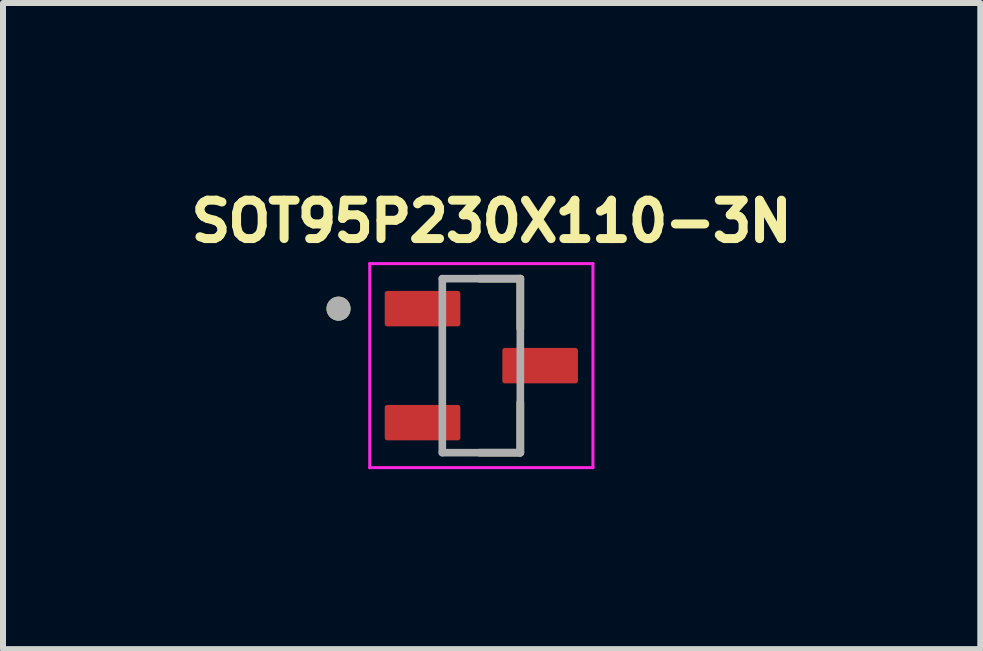
<source format=kicad_pcb>
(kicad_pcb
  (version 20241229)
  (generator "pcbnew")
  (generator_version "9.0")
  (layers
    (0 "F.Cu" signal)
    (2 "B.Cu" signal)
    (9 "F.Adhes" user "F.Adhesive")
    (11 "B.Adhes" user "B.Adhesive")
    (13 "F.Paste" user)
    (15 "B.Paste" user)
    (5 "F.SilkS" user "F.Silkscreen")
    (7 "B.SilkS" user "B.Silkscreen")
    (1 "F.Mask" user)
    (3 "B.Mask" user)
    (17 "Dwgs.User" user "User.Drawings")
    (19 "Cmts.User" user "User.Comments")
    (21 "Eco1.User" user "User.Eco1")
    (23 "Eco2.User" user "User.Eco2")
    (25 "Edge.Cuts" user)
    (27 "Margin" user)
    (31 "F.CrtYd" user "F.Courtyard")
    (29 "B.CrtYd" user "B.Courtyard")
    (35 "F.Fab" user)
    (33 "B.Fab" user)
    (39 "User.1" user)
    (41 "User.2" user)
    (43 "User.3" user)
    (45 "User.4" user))
  (footprint "SOT95P230X110-3N"
    (layer "F.Cu")
    (at 4.972 3.044)
    (property "Reference" "SOT95P230X110-3N" (at 0.172 -2.406 0) (layer "F.SilkS") (effects (font (size 0.64 0.64) (thickness 0.15))))
    (attr smd)
    (fp_line (start -0.03 1.45) (end 0.65 1.45) (stroke (width 0.127) (type solid)) (layer "F.SilkS"))
    (fp_line (start 0.65 -1.45) (end -0.03 -1.45) (stroke (width 0.127) (type solid)) (layer "F.SilkS"))
    (fp_line (start 0.65 -0.615) (end 0.65 -1.45) (stroke (width 0.127) (type solid)) (layer "F.SilkS"))
    (fp_line (start 0.65 1.45) (end 0.65 0.615) (stroke (width 0.127) (type solid)) (layer "F.SilkS"))
    (fp_circle (center -2.38 -0.95) (end -2.28 -0.95) (stroke (width 0.2) (type solid)) (fill no) (layer "F.SilkS"))
    (fp_line (start -1.86 -1.7) (end -1.86 1.7) (stroke (width 0.05) (type solid)) (layer "F.CrtYd"))
    (fp_line (start -1.86 1.7) (end 1.86 1.7) (stroke (width 0.05) (type solid)) (layer "F.CrtYd"))
    (fp_line (start 1.86 -1.7) (end -1.86 -1.7) (stroke (width 0.05) (type solid)) (layer "F.CrtYd"))
    (fp_line (start 1.86 1.7) (end 1.86 -1.7) (stroke (width 0.05) (type solid)) (layer "F.CrtYd"))
    (fp_line (start -0.65 -1.45) (end -0.65 1.45) (stroke (width 0.127) (type solid)) (layer "F.Fab"))
    (fp_line (start -0.65 1.45) (end 0.65 1.45) (stroke (width 0.127) (type solid)) (layer "F.Fab"))
    (fp_line (start 0.65 -1.45) (end -0.65 -1.45) (stroke (width 0.127) (type solid)) (layer "F.Fab"))
    (fp_line (start 0.65 1.45) (end 0.65 -1.45) (stroke (width 0.127) (type solid)) (layer "F.Fab"))
    (fp_circle (center -2.38 -0.95) (end -2.28 -0.95) (stroke (width 0.2) (type solid)) (fill no) (layer "F.Fab"))
    (pad "1" smd roundrect (at -0.98 -0.95) (size 1.26 0.59) (layers "F.Cu" "F.Mask" "F.Paste") (roundrect_rratio 0.07))
    (pad "2" smd roundrect (at -0.98 0.95) (size 1.26 0.59) (layers "F.Cu" "F.Mask" "F.Paste") (roundrect_rratio 0.07))
    (pad "3" smd roundrect (at 0.98 0) (size 1.26 0.59) (layers "F.Cu" "F.Mask" "F.Paste") (roundrect_rratio 0.07)))
  (gr_rect
    (start -3 -3)
    (end 13.288 7.769)
    (stroke (width 0.1) (type default))
    (fill no)
    (layer "Edge.Cuts")))
</source>
